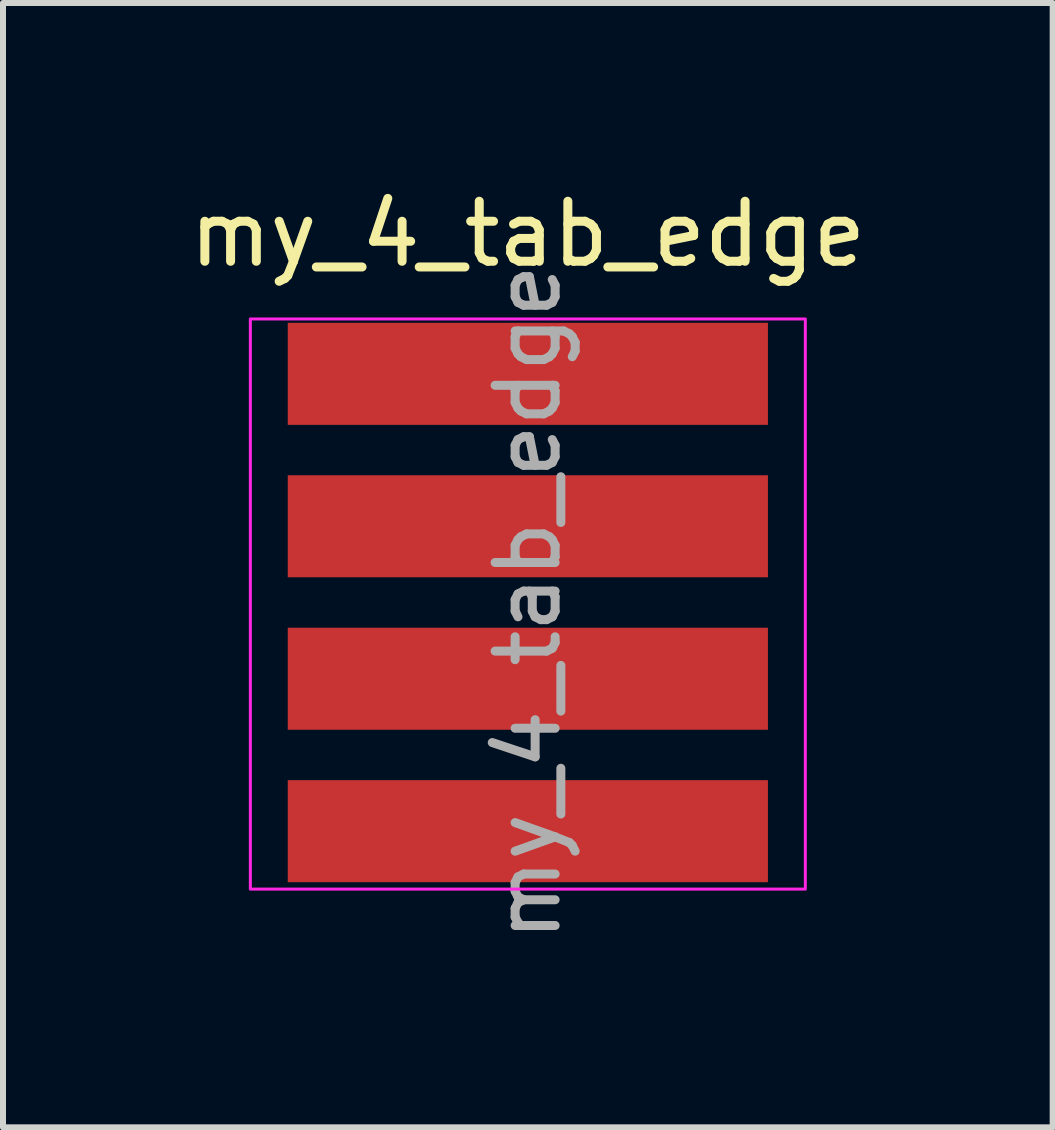
<source format=kicad_pcb>
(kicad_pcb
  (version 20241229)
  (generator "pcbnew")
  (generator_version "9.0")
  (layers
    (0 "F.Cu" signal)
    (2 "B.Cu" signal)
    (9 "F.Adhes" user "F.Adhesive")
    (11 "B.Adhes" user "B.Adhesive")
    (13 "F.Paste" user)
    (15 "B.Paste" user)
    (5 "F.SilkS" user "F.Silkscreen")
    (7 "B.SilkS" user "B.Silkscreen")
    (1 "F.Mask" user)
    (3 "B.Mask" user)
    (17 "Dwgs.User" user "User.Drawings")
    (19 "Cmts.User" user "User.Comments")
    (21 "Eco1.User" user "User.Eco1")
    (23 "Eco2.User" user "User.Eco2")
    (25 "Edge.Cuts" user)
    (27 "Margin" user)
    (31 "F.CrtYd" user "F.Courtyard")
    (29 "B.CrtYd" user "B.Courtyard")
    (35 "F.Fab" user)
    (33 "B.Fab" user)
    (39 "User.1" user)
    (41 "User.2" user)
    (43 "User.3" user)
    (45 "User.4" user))
  (footprint "my_4_tab_edge"
    (layer "F.Cu")
    (at 5.744 3.178)
    (property "Reference" "my_4_tab_edge" (at 0 -2.33 180) (layer "F.SilkS") (effects (font (size 1 1) (thickness 0.15))))
    (attr through_hole)
    (fp_rect (start -4.623 -0.914) (end 4.623 8.585) (stroke (width 0.05) (type solid)) (fill no) (layer "F.CrtYd"))
    (fp_text user "${REFERENCE}" (at 0 3.81 90) (layer "F.Fab") (effects (font (size 1 1) (thickness 0.15))))
    (pad "1" connect rect (at 0 0) (size 8 1.7) (layers "F.Cu" "F.Mask"))
    (pad "2" connect rect (at 0 2.54) (size 8 1.7) (layers "F.Cu" "F.Mask"))
    (pad "3" connect rect (at 0 5.08) (size 8 1.7) (layers "F.Cu" "F.Mask"))
    (pad "4" connect rect (at 0 7.62) (size 8 1.7) (layers "F.Cu" "F.Mask")))
  (gr_rect
    (start -3 -3)
    (end 14.488 15.732)
    (stroke (width 0.1) (type default))
    (fill no)
    (layer "Edge.Cuts")))
</source>
